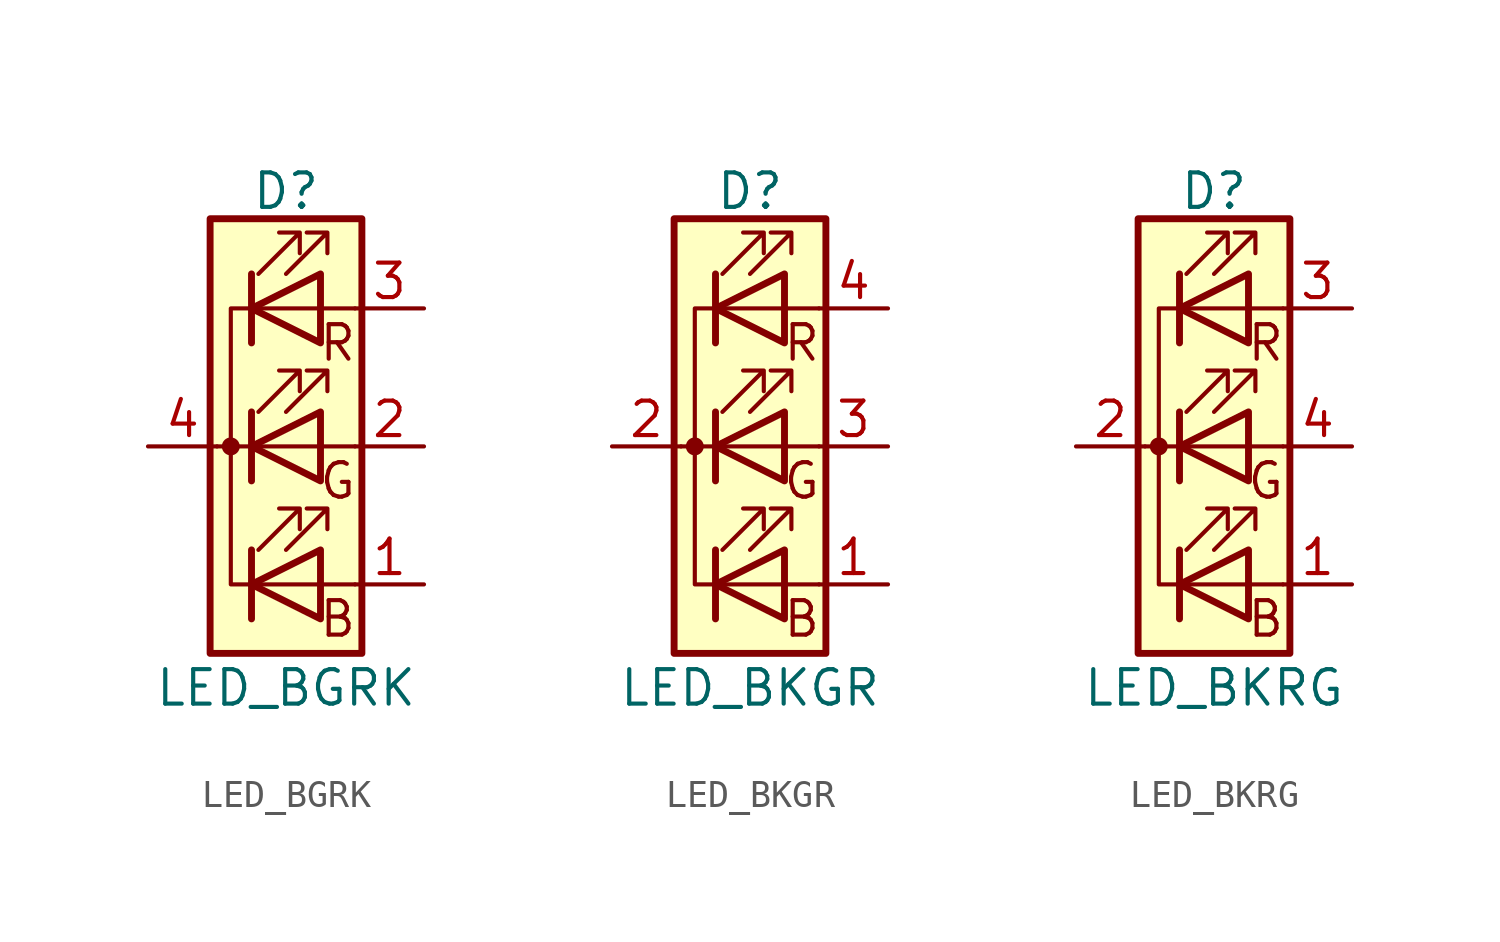
<source format=kicad_sym>
(kicad_symbol_lib
  (version 20201005)
  (generator kicad_symbol_editor)
  (symbol "LED_BGRK"
    (pin_names
      (offset 0) hide)
    (property "Reference" "D"
      (at 0 9.398 0)
      (effects (font (size 1.27 1.27))))
    (property "Value" "LED_BGRK"
      (at 0 -8.89 0)
      (effects (font (size 1.27 1.27))))
    (symbol "LED_BGRK_0_0"
      (text "B" (at 1.905 -6.35 0) (effects (font (size 1.27 1.27))))
      (text "G" (at 1.905 -1.27 0) (effects (font (size 1.27 1.27))))
      (text "R" (at 1.905 3.81 0) (effects (font (size 1.27 1.27)))))
    (symbol "LED_BGRK_0_1"
      (circle (center -2.032 0) (radius 0.254) (stroke (width 0)) (fill (type outline)))
      (rectangle (start 1.27 -1.27) (end 1.27 1.27) (stroke (width 0)) (fill (type none)))
      (rectangle (start 1.27 1.27) (end 1.27 1.27) (stroke (width 0)) (fill (type none)))
      (rectangle (start 1.27 3.81) (end 1.27 6.35) (stroke (width 0)) (fill (type none)))
      (rectangle (start 1.27 6.35) (end 1.27 6.35) (stroke (width 0)) (fill (type none)))
      (rectangle (start 2.794 8.382) (end -2.794 -7.62) (stroke (width 0.254)) (fill (type background)))
      (polyline (pts (xy -1.27 -5.08) (xy 1.27 -5.08)) (stroke (width 0)) (fill (type none)))
      (polyline (pts (xy -1.27 -3.81) (xy -1.27 -6.35)) (stroke (width 0.254)) (fill (type none)))
      (polyline (pts (xy -1.27 0) (xy -2.54 0)) (stroke (width 0)) (fill (type none)))
      (polyline (pts (xy -1.27 1.27) (xy -1.27 -1.27)) (stroke (width 0.254)) (fill (type none)))
      (polyline (pts (xy -1.27 5.08) (xy 1.27 5.08)) (stroke (width 0)) (fill (type none)))
      (polyline (pts (xy -1.27 6.35) (xy -1.27 3.81)) (stroke (width 0.254)) (fill (type none)))
      (polyline (pts (xy 1.27 -5.08) (xy 2.54 -5.08)) (stroke (width 0)) (fill (type none)))
      (polyline (pts (xy 1.27 0) (xy -1.27 0)) (stroke (width 0)) (fill (type none)))
      (polyline (pts (xy 1.27 0) (xy 2.54 0)) (stroke (width 0)) (fill (type none)))
      (polyline (pts (xy 1.27 5.08) (xy 2.54 5.08)) (stroke (width 0)) (fill (type none)))
      (polyline (pts (xy -1.27 1.27) (xy -1.27 -1.27) (xy -1.27 -1.27)) (stroke (width 0)) (fill (type none)))
      (polyline (pts (xy -1.27 6.35) (xy -1.27 3.81) (xy -1.27 3.81)) (stroke (width 0)) (fill (type none)))
      (polyline (pts (xy -1.27 5.08) (xy -2.032 5.08) (xy -2.032 -5.08) (xy -1.016 -5.08)) (stroke (width 0)) (fill (type none)))
      (polyline (pts (xy 1.27 -3.81) (xy 1.27 -6.35) (xy -1.27 -5.08) (xy 1.27 -3.81)) (stroke (width 0.254)) (fill (type none)))
      (polyline (pts (xy 1.27 1.27) (xy 1.27 -1.27) (xy -1.27 0) (xy 1.27 1.27)) (stroke (width 0.254)) (fill (type none)))
      (polyline (pts (xy 1.27 6.35) (xy 1.27 3.81) (xy -1.27 5.08) (xy 1.27 6.35)) (stroke (width 0.254)) (fill (type none)))
      (polyline (pts (xy -1.016 -3.81) (xy 0.508 -2.286) (xy -0.254 -2.286) (xy 0.508 -2.286) (xy 0.508 -3.048)) (stroke (width 0)) (fill (type none)))
      (polyline (pts (xy -1.016 1.27) (xy 0.508 2.794) (xy -0.254 2.794) (xy 0.508 2.794) (xy 0.508 2.032)) (stroke (width 0)) (fill (type none)))
      (polyline (pts (xy -1.016 6.35) (xy 0.508 7.874) (xy -0.254 7.874) (xy 0.508 7.874) (xy 0.508 7.112)) (stroke (width 0)) (fill (type none)))
      (polyline (pts (xy 0 -3.81) (xy 1.524 -2.286) (xy 0.762 -2.286) (xy 1.524 -2.286) (xy 1.524 -3.048)) (stroke (width 0)) (fill (type none)))
      (polyline (pts (xy 0 1.27) (xy 1.524 2.794) (xy 0.762 2.794) (xy 1.524 2.794) (xy 1.524 2.032)) (stroke (width 0)) (fill (type none)))
      (polyline (pts (xy 0 6.35) (xy 1.524 7.874) (xy 0.762 7.874) (xy 1.524 7.874) (xy 1.524 7.112)) (stroke (width 0)) (fill (type none))))
    (symbol "LED_BGRK_1_1"
      (pin passive line (at 5.08 -5.08 180) (length 2.54) (name "BA" (effects (font (size 1.27 1.27)))) (number "1" (effects (font (size 1.27 1.27)))))
      (pin passive line (at 5.08 0 180) (length 2.54) (name "GA" (effects (font (size 1.27 1.27)))) (number "2" (effects (font (size 1.27 1.27)))))
      (pin passive line (at 5.08 5.08 180) (length 2.54) (name "RA" (effects (font (size 1.27 1.27)))) (number "3" (effects (font (size 1.27 1.27)))))
      (pin passive line (at -5.08 0 0) (length 2.54) (name "K" (effects (font (size 1.27 1.27)))) (number "4" (effects (font (size 1.27 1.27)))))))
  (symbol "LED_BKGR"
    (pin_names
      (offset 0) hide)
    (property "Reference" "D"
      (at 0 9.398 0)
      (effects (font (size 1.27 1.27))))
    (property "Value" "LED_BKGR"
      (at 0 -8.89 0)
      (effects (font (size 1.27 1.27))))
    (symbol "LED_BKGR_0_0"
      (text "B" (at 1.905 -6.35 0) (effects (font (size 1.27 1.27))))
      (text "G" (at 1.905 -1.27 0) (effects (font (size 1.27 1.27))))
      (text "R" (at 1.905 3.81 0) (effects (font (size 1.27 1.27)))))
    (symbol "LED_BKGR_0_1"
      (circle (center -2.032 0) (radius 0.254) (stroke (width 0)) (fill (type outline)))
      (rectangle (start 1.27 -1.27) (end 1.27 1.27) (stroke (width 0)) (fill (type none)))
      (rectangle (start 1.27 1.27) (end 1.27 1.27) (stroke (width 0)) (fill (type none)))
      (rectangle (start 1.27 3.81) (end 1.27 6.35) (stroke (width 0)) (fill (type none)))
      (rectangle (start 1.27 6.35) (end 1.27 6.35) (stroke (width 0)) (fill (type none)))
      (rectangle (start 2.794 8.382) (end -2.794 -7.62) (stroke (width 0.254)) (fill (type background)))
      (polyline (pts (xy -1.27 -5.08) (xy 1.27 -5.08)) (stroke (width 0)) (fill (type none)))
      (polyline (pts (xy -1.27 -3.81) (xy -1.27 -6.35)) (stroke (width 0.254)) (fill (type none)))
      (polyline (pts (xy -1.27 0) (xy -2.54 0)) (stroke (width 0)) (fill (type none)))
      (polyline (pts (xy -1.27 1.27) (xy -1.27 -1.27)) (stroke (width 0.254)) (fill (type none)))
      (polyline (pts (xy -1.27 5.08) (xy 1.27 5.08)) (stroke (width 0)) (fill (type none)))
      (polyline (pts (xy -1.27 6.35) (xy -1.27 3.81)) (stroke (width 0.254)) (fill (type none)))
      (polyline (pts (xy 1.27 -5.08) (xy 2.54 -5.08)) (stroke (width 0)) (fill (type none)))
      (polyline (pts (xy 1.27 0) (xy -1.27 0)) (stroke (width 0)) (fill (type none)))
      (polyline (pts (xy 1.27 0) (xy 2.54 0)) (stroke (width 0)) (fill (type none)))
      (polyline (pts (xy 1.27 5.08) (xy 2.54 5.08)) (stroke (width 0)) (fill (type none)))
      (polyline (pts (xy -1.27 1.27) (xy -1.27 -1.27) (xy -1.27 -1.27)) (stroke (width 0)) (fill (type none)))
      (polyline (pts (xy -1.27 6.35) (xy -1.27 3.81) (xy -1.27 3.81)) (stroke (width 0)) (fill (type none)))
      (polyline (pts (xy -1.27 5.08) (xy -2.032 5.08) (xy -2.032 -5.08) (xy -1.016 -5.08)) (stroke (width 0)) (fill (type none)))
      (polyline (pts (xy 1.27 -3.81) (xy 1.27 -6.35) (xy -1.27 -5.08) (xy 1.27 -3.81)) (stroke (width 0.254)) (fill (type none)))
      (polyline (pts (xy 1.27 1.27) (xy 1.27 -1.27) (xy -1.27 0) (xy 1.27 1.27)) (stroke (width 0.254)) (fill (type none)))
      (polyline (pts (xy 1.27 6.35) (xy 1.27 3.81) (xy -1.27 5.08) (xy 1.27 6.35)) (stroke (width 0.254)) (fill (type none)))
      (polyline (pts (xy -1.016 -3.81) (xy 0.508 -2.286) (xy -0.254 -2.286) (xy 0.508 -2.286) (xy 0.508 -3.048)) (stroke (width 0)) (fill (type none)))
      (polyline (pts (xy -1.016 1.27) (xy 0.508 2.794) (xy -0.254 2.794) (xy 0.508 2.794) (xy 0.508 2.032)) (stroke (width 0)) (fill (type none)))
      (polyline (pts (xy -1.016 6.35) (xy 0.508 7.874) (xy -0.254 7.874) (xy 0.508 7.874) (xy 0.508 7.112)) (stroke (width 0)) (fill (type none)))
      (polyline (pts (xy 0 -3.81) (xy 1.524 -2.286) (xy 0.762 -2.286) (xy 1.524 -2.286) (xy 1.524 -3.048)) (stroke (width 0)) (fill (type none)))
      (polyline (pts (xy 0 1.27) (xy 1.524 2.794) (xy 0.762 2.794) (xy 1.524 2.794) (xy 1.524 2.032)) (stroke (width 0)) (fill (type none)))
      (polyline (pts (xy 0 6.35) (xy 1.524 7.874) (xy 0.762 7.874) (xy 1.524 7.874) (xy 1.524 7.112)) (stroke (width 0)) (fill (type none))))
    (symbol "LED_BKGR_1_1"
      (pin passive line (at 5.08 -5.08 180) (length 2.54) (name "BA" (effects (font (size 1.27 1.27)))) (number "1" (effects (font (size 1.27 1.27)))))
      (pin passive line (at -5.08 0 0) (length 2.54) (name "K" (effects (font (size 1.27 1.27)))) (number "2" (effects (font (size 1.27 1.27)))))
      (pin passive line (at 5.08 0 180) (length 2.54) (name "GA" (effects (font (size 1.27 1.27)))) (number "3" (effects (font (size 1.27 1.27)))))
      (pin passive line (at 5.08 5.08 180) (length 2.54) (name "RA" (effects (font (size 1.27 1.27)))) (number "4" (effects (font (size 1.27 1.27)))))))
  (symbol "LED_BKRG"
    (pin_names
      (offset 0) hide)
    (property "Reference" "D"
      (at 0 9.398 0)
      (effects (font (size 1.27 1.27))))
    (property "Value" "LED_BKRG"
      (at 0 -8.89 0)
      (effects (font (size 1.27 1.27))))
    (symbol "LED_BKRG_0_0"
      (text "B" (at 1.905 -6.35 0) (effects (font (size 1.27 1.27))))
      (text "G" (at 1.905 -1.27 0) (effects (font (size 1.27 1.27))))
      (text "R" (at 1.905 3.81 0) (effects (font (size 1.27 1.27)))))
    (symbol "LED_BKRG_0_1"
      (circle (center -2.032 0) (radius 0.254) (stroke (width 0)) (fill (type outline)))
      (rectangle (start 1.27 -1.27) (end 1.27 1.27) (stroke (width 0)) (fill (type none)))
      (rectangle (start 1.27 1.27) (end 1.27 1.27) (stroke (width 0)) (fill (type none)))
      (rectangle (start 1.27 3.81) (end 1.27 6.35) (stroke (width 0)) (fill (type none)))
      (rectangle (start 1.27 6.35) (end 1.27 6.35) (stroke (width 0)) (fill (type none)))
      (rectangle (start 2.794 8.382) (end -2.794 -7.62) (stroke (width 0.254)) (fill (type background)))
      (polyline (pts (xy -1.27 -5.08) (xy 1.27 -5.08)) (stroke (width 0)) (fill (type none)))
      (polyline (pts (xy -1.27 -3.81) (xy -1.27 -6.35)) (stroke (width 0.254)) (fill (type none)))
      (polyline (pts (xy -1.27 0) (xy -2.54 0)) (stroke (width 0)) (fill (type none)))
      (polyline (pts (xy -1.27 1.27) (xy -1.27 -1.27)) (stroke (width 0.254)) (fill (type none)))
      (polyline (pts (xy -1.27 5.08) (xy 1.27 5.08)) (stroke (width 0)) (fill (type none)))
      (polyline (pts (xy -1.27 6.35) (xy -1.27 3.81)) (stroke (width 0.254)) (fill (type none)))
      (polyline (pts (xy 1.27 -5.08) (xy 2.54 -5.08)) (stroke (width 0)) (fill (type none)))
      (polyline (pts (xy 1.27 0) (xy -1.27 0)) (stroke (width 0)) (fill (type none)))
      (polyline (pts (xy 1.27 0) (xy 2.54 0)) (stroke (width 0)) (fill (type none)))
      (polyline (pts (xy 1.27 5.08) (xy 2.54 5.08)) (stroke (width 0)) (fill (type none)))
      (polyline (pts (xy -1.27 1.27) (xy -1.27 -1.27) (xy -1.27 -1.27)) (stroke (width 0)) (fill (type none)))
      (polyline (pts (xy -1.27 6.35) (xy -1.27 3.81) (xy -1.27 3.81)) (stroke (width 0)) (fill (type none)))
      (polyline (pts (xy -1.27 5.08) (xy -2.032 5.08) (xy -2.032 -5.08) (xy -1.016 -5.08)) (stroke (width 0)) (fill (type none)))
      (polyline (pts (xy 1.27 -3.81) (xy 1.27 -6.35) (xy -1.27 -5.08) (xy 1.27 -3.81)) (stroke (width 0.254)) (fill (type none)))
      (polyline (pts (xy 1.27 1.27) (xy 1.27 -1.27) (xy -1.27 0) (xy 1.27 1.27)) (stroke (width 0.254)) (fill (type none)))
      (polyline (pts (xy 1.27 6.35) (xy 1.27 3.81) (xy -1.27 5.08) (xy 1.27 6.35)) (stroke (width 0.254)) (fill (type none)))
      (polyline (pts (xy -1.016 -3.81) (xy 0.508 -2.286) (xy -0.254 -2.286) (xy 0.508 -2.286) (xy 0.508 -3.048)) (stroke (width 0)) (fill (type none)))
      (polyline (pts (xy -1.016 1.27) (xy 0.508 2.794) (xy -0.254 2.794) (xy 0.508 2.794) (xy 0.508 2.032)) (stroke (width 0)) (fill (type none)))
      (polyline (pts (xy -1.016 6.35) (xy 0.508 7.874) (xy -0.254 7.874) (xy 0.508 7.874) (xy 0.508 7.112)) (stroke (width 0)) (fill (type none)))
      (polyline (pts (xy 0 -3.81) (xy 1.524 -2.286) (xy 0.762 -2.286) (xy 1.524 -2.286) (xy 1.524 -3.048)) (stroke (width 0)) (fill (type none)))
      (polyline (pts (xy 0 1.27) (xy 1.524 2.794) (xy 0.762 2.794) (xy 1.524 2.794) (xy 1.524 2.032)) (stroke (width 0)) (fill (type none)))
      (polyline (pts (xy 0 6.35) (xy 1.524 7.874) (xy 0.762 7.874) (xy 1.524 7.874) (xy 1.524 7.112)) (stroke (width 0)) (fill (type none))))
    (symbol "LED_BKRG_1_1"
      (pin passive line (at 5.08 -5.08 180) (length 2.54) (name "BA" (effects (font (size 1.27 1.27)))) (number "1" (effects (font (size 1.27 1.27)))))
      (pin passive line (at -5.08 0 0) (length 2.54) (name "K" (effects (font (size 1.27 1.27)))) (number "2" (effects (font (size 1.27 1.27)))))
      (pin passive line (at 5.08 5.08 180) (length 2.54) (name "RA" (effects (font (size 1.27 1.27)))) (number "3" (effects (font (size 1.27 1.27)))))
      (pin passive line (at 5.08 0 180) (length 2.54) (name "GA" (effects (font (size 1.27 1.27)))) (number "4" (effects (font (size 1.27 1.27))))))))
</source>
